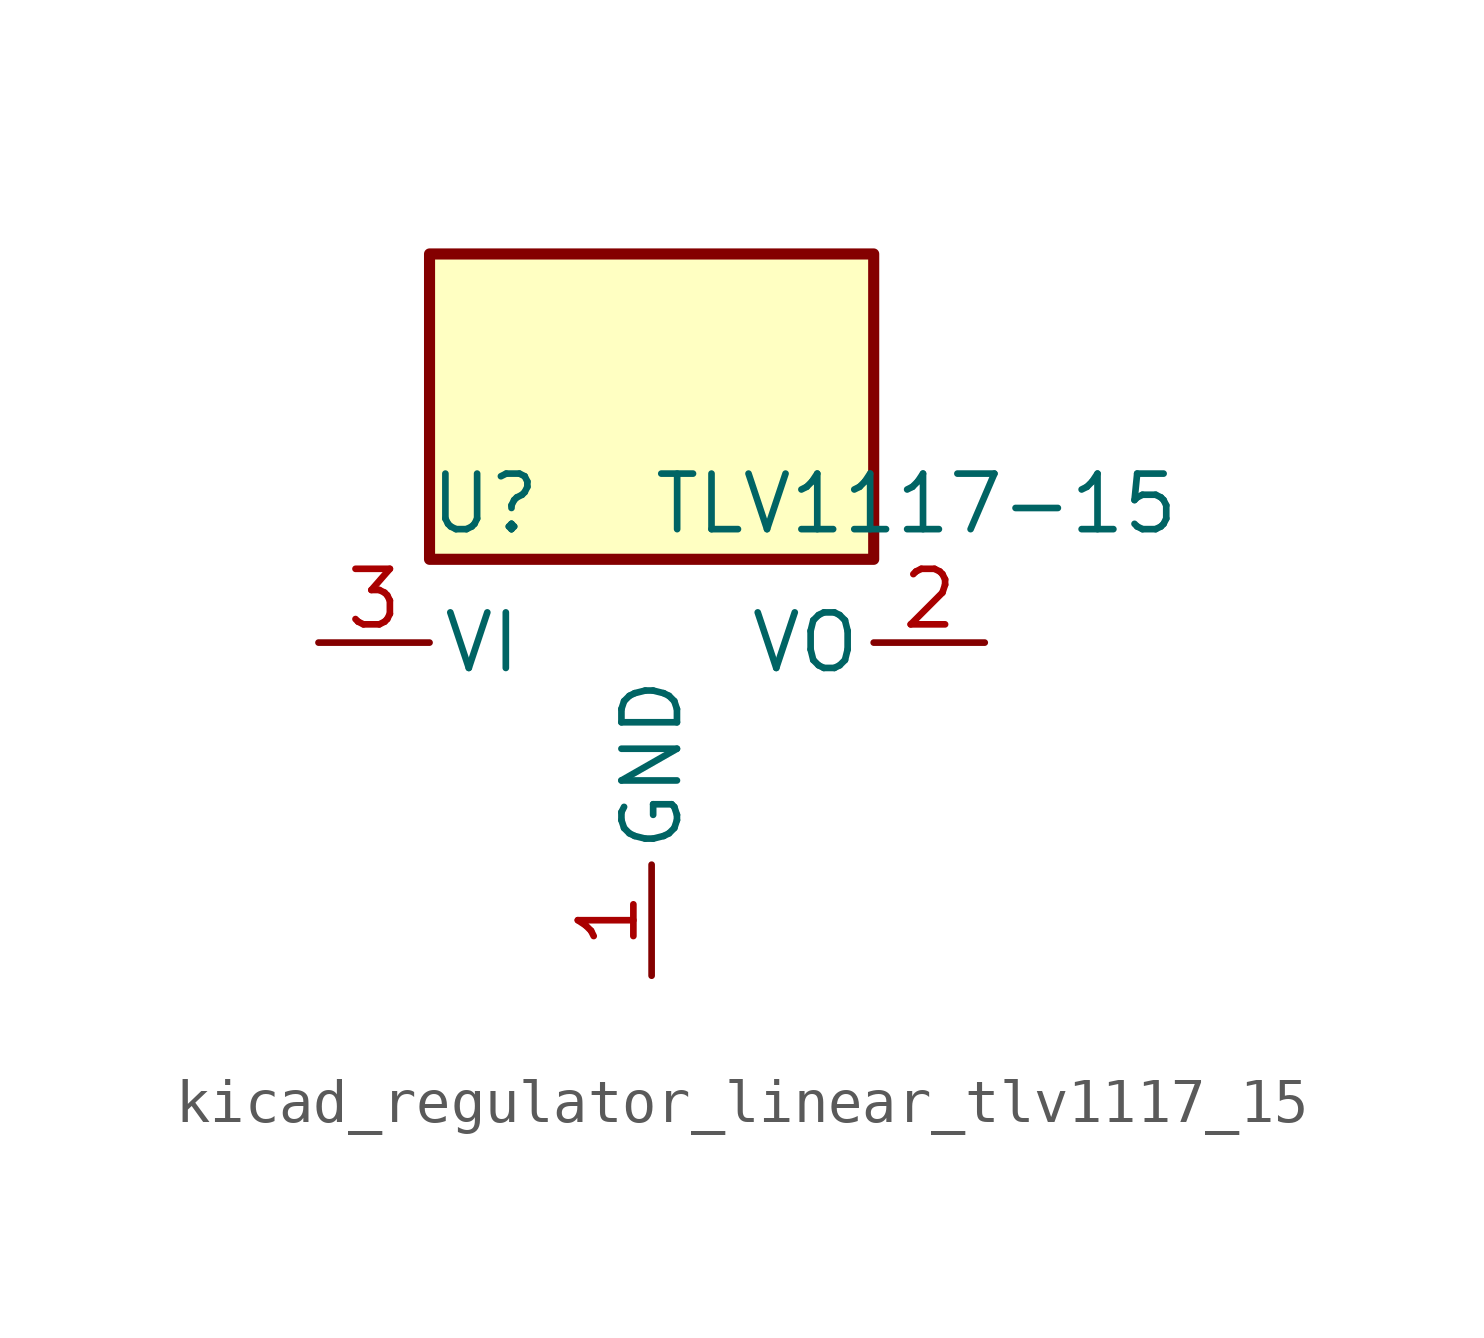
<source format=kicad_sym>
(kicad_symbol_lib
  (version 20220914)
  (generator kicad_symbol_editor)
  (symbol "kicad_regulator_linear_tlv1117_15"
    (pin_names
      (offset 0.254))
    (property "Reference" "U"
      (at -3.81 3.175 0)
      (effects (font (size 1.27 1.27))))
    (property "Value" "TLV1117-15"
      (at 0 3.175 0)
      (effects (font (size 1.27 1.27)) (justify left)))
    (symbol "kicad_regulator_linear_tlv1117_15_0_1"
      (rectangle (start 5.08 8.89) (end -5.08 1.905) (stroke (width 0.254) (type default)) (fill (type background))))
    (symbol "kicad_regulator_linear_tlv1117_15_1_1"
      (pin power_in line (at 0 -7.62 90) (length 2.54) (name "GND" (effects (font (size 1.27 1.27)))) (number "1" (effects (font (size 1.27 1.27)))))
      (pin power_out line (at 7.62 0 180) (length 2.54) (name "VO" (effects (font (size 1.27 1.27)))) (number "2" (effects (font (size 1.27 1.27)))))
      (pin power_in line (at -7.62 0 0) (length 2.54) (name "VI" (effects (font (size 1.27 1.27)))) (number "3" (effects (font (size 1.27 1.27))))))))
</source>
